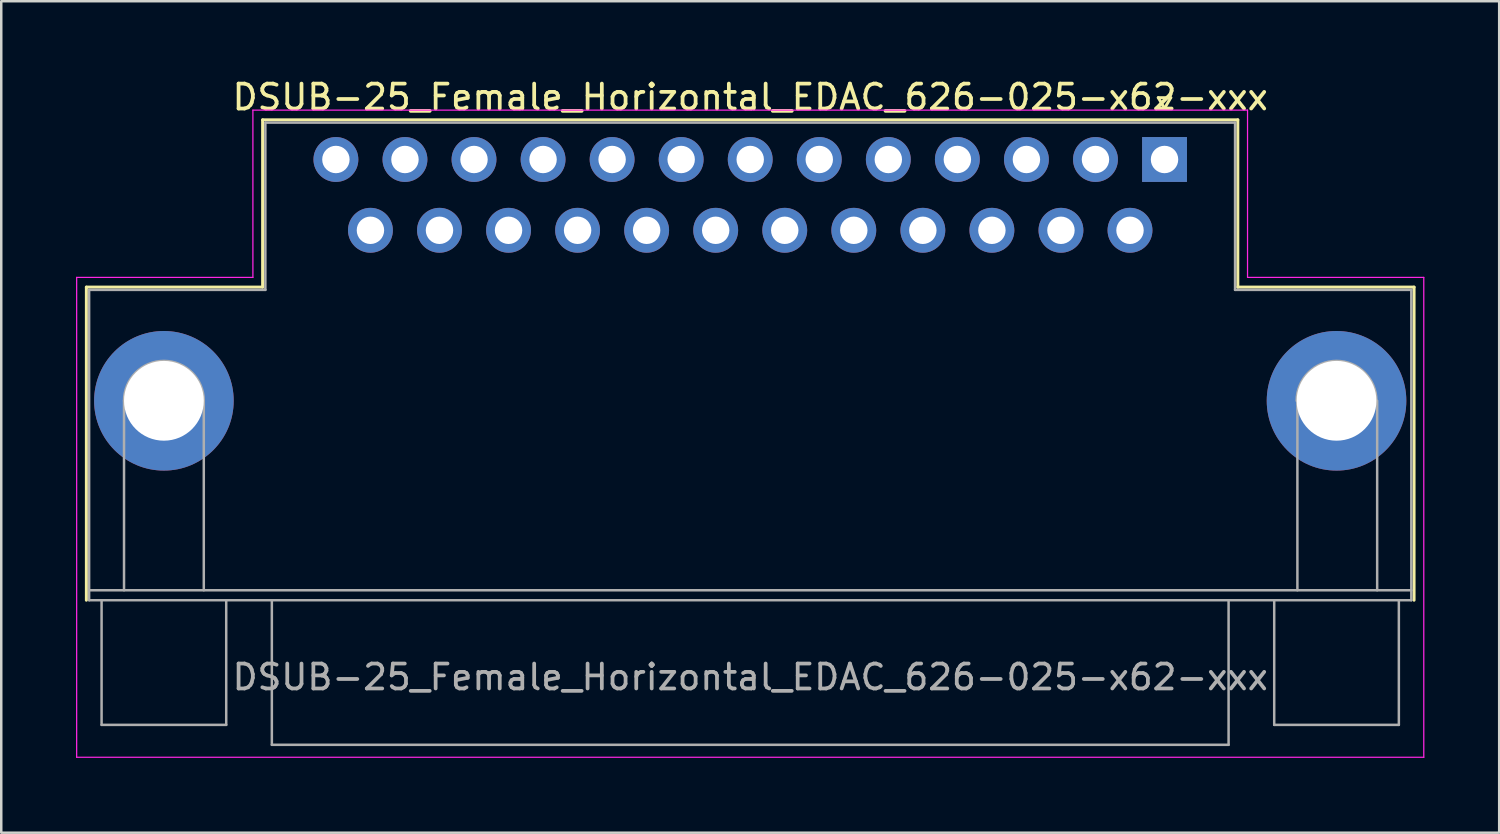
<source format=kicad_pcb>
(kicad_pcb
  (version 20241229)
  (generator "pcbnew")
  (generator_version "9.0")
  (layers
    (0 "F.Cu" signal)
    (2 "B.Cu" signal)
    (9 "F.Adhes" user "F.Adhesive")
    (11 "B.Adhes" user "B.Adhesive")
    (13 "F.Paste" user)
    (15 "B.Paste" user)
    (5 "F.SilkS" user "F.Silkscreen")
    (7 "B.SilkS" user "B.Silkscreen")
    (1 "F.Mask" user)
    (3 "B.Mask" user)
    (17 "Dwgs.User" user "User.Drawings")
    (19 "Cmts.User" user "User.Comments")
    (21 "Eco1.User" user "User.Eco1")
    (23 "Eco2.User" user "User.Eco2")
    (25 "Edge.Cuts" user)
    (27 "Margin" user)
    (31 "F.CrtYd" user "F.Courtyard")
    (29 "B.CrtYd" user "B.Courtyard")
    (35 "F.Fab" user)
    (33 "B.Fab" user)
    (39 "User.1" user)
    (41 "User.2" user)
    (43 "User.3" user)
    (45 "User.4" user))
  (footprint "DSUB-25_Female_Horizontal_EDAC_626-025-x62-xxx"
    (layer "F.Cu")
    (at 43.665 3.348)
    (property "Reference" "DSUB-25_Female_Horizontal_EDAC_626-025-x62-xxx" (at -16.62 -2.5 0) (layer "F.SilkS") (effects (font (size 1 1) (thickness 0.15))))
    (attr through_hole)
    (fp_line (start -43.25 5.12) (end -36.18 5.12) (stroke (width 0.12) (type solid)) (layer "F.SilkS"))
    (fp_line (start -43.25 17.68) (end -43.25 5.12) (stroke (width 0.12) (type solid)) (layer "F.SilkS"))
    (fp_line (start -36.18 -1.59) (end 2.94 -1.59) (stroke (width 0.12) (type solid)) (layer "F.SilkS"))
    (fp_line (start -36.18 5.12) (end -36.18 -1.59) (stroke (width 0.12) (type solid)) (layer "F.SilkS"))
    (fp_line (start -0.25 -2.48) (end 0.25 -2.48) (stroke (width 0.12) (type solid)) (layer "F.SilkS"))
    (fp_line (start 0 -2.05) (end -0.25 -2.48) (stroke (width 0.12) (type solid)) (layer "F.SilkS"))
    (fp_line (start 0.25 -2.48) (end 0 -2.05) (stroke (width 0.12) (type solid)) (layer "F.SilkS"))
    (fp_line (start 2.94 5.12) (end 2.94 -1.59) (stroke (width 0.12) (type solid)) (layer "F.SilkS"))
    (fp_line (start 2.94 5.12) (end 10.01 5.12) (stroke (width 0.12) (type solid)) (layer "F.SilkS"))
    (fp_line (start 10.01 5.12) (end 10.01 17.68) (stroke (width 0.12) (type solid)) (layer "F.SilkS"))
    (fp_line (start -43.64 4.73) (end -43.64 23.98) (stroke (width 0.05) (type solid)) (layer "F.CrtYd"))
    (fp_line (start -43.64 23.98) (end 10.4 23.98) (stroke (width 0.05) (type solid)) (layer "F.CrtYd"))
    (fp_line (start -36.57 4.73) (end -43.64 4.73) (stroke (width 0.05) (type solid)) (layer "F.CrtYd"))
    (fp_line (start -36.57 4.73) (end -36.57 -1.98) (stroke (width 0.05) (type solid)) (layer "F.CrtYd"))
    (fp_line (start 3.33 -1.98) (end -36.57 -1.98) (stroke (width 0.05) (type solid)) (layer "F.CrtYd"))
    (fp_line (start 3.33 -1.98) (end 3.33 4.73) (stroke (width 0.05) (type solid)) (layer "F.CrtYd"))
    (fp_line (start 10.4 4.73) (end 3.33 4.73) (stroke (width 0.05) (type solid)) (layer "F.CrtYd"))
    (fp_line (start 10.4 23.98) (end 10.4 4.73) (stroke (width 0.05) (type solid)) (layer "F.CrtYd"))
    (fp_line (start -43.14 5.23) (end -43.14 17.68) (stroke (width 0.1) (type solid)) (layer "F.Fab"))
    (fp_line (start -43.14 17.68) (end 9.9 17.68) (stroke (width 0.1) (type solid)) (layer "F.Fab"))
    (fp_line (start -42.64 17.68) (end -42.64 22.68) (stroke (width 0.1) (type solid)) (layer "F.Fab"))
    (fp_line (start -42.64 22.68) (end -37.64 22.68) (stroke (width 0.1) (type solid)) (layer "F.Fab"))
    (fp_line (start -41.74 17.28) (end -41.74 9.68) (stroke (width 0.1) (type solid)) (layer "F.Fab"))
    (fp_line (start -38.54 17.28) (end -38.54 9.68) (stroke (width 0.1) (type solid)) (layer "F.Fab"))
    (fp_line (start -37.64 22.68) (end -37.64 17.68) (stroke (width 0.1) (type solid)) (layer "F.Fab"))
    (fp_line (start -36.07 5.23) (end -43.14 5.23) (stroke (width 0.1) (type solid)) (layer "F.Fab"))
    (fp_line (start -36.07 5.23) (end -36.07 -1.48) (stroke (width 0.1) (type solid)) (layer "F.Fab"))
    (fp_line (start -35.81 17.68) (end -35.81 23.48) (stroke (width 0.1) (type solid)) (layer "F.Fab"))
    (fp_line (start -35.81 23.48) (end 2.57 23.48) (stroke (width 0.1) (type solid)) (layer "F.Fab"))
    (fp_line (start 2.57 23.48) (end 2.57 17.68) (stroke (width 0.1) (type solid)) (layer "F.Fab"))
    (fp_line (start 2.83 -1.48) (end -36.07 -1.48) (stroke (width 0.1) (type solid)) (layer "F.Fab"))
    (fp_line (start 2.83 -1.48) (end 2.83 5.23) (stroke (width 0.1) (type solid)) (layer "F.Fab"))
    (fp_line (start 4.4 17.68) (end 4.4 22.68) (stroke (width 0.1) (type solid)) (layer "F.Fab"))
    (fp_line (start 4.4 22.68) (end 9.4 22.68) (stroke (width 0.1) (type solid)) (layer "F.Fab"))
    (fp_line (start 5.33 17.28) (end 5.33 9.68) (stroke (width 0.1) (type solid)) (layer "F.Fab"))
    (fp_line (start 8.53 17.28) (end 8.53 9.68) (stroke (width 0.1) (type solid)) (layer "F.Fab"))
    (fp_line (start 9.4 22.68) (end 9.4 17.68) (stroke (width 0.1) (type solid)) (layer "F.Fab"))
    (fp_line (start 9.9 5.23) (end 2.83 5.23) (stroke (width 0.1) (type solid)) (layer "F.Fab"))
    (fp_line (start 9.9 17.28) (end -43.14 17.28) (stroke (width 0.1) (type solid)) (layer "F.Fab"))
    (fp_line (start 9.9 17.68) (end 9.9 5.23) (stroke (width 0.1) (type solid)) (layer "F.Fab"))
    (fp_arc (start -41.74 9.68) (mid -40.14 8.08) (end -38.54 9.68) (stroke (width 0.1) (type solid)) (layer "F.Fab"))
    (fp_arc (start 5.3 9.68) (mid 6.9 8.08) (end 8.5 9.68) (stroke (width 0.1) (type solid)) (layer "F.Fab"))
    (fp_text user "${REFERENCE}" (at -16.62 20.765 0) (layer "F.Fab") (effects (font (size 1 1) (thickness 0.15))))
    (pad "0" thru_hole circle (at -40.14 9.68) (size 5.6 5.6) (drill 3.2) (layers "*.Cu" "*.Mask"))
    (pad "0" thru_hole circle (at 6.9 9.68) (size 5.6 5.6) (drill 3.2) (layers "*.Cu" "*.Mask"))
    (pad "1" thru_hole rect (at 0 0) (size 1.8 1.8) (drill 1.1) (layers "*.Cu" "*.Mask"))
    (pad "2" thru_hole circle (at -2.77 0) (size 1.8 1.8) (drill 1.1) (layers "*.Cu" "*.Mask"))
    (pad "3" thru_hole circle (at -5.54 0) (size 1.8 1.8) (drill 1.1) (layers "*.Cu" "*.Mask"))
    (pad "4" thru_hole circle (at -8.31 0) (size 1.8 1.8) (drill 1.1) (layers "*.Cu" "*.Mask"))
    (pad "5" thru_hole circle (at -11.08 0) (size 1.8 1.8) (drill 1.1) (layers "*.Cu" "*.Mask"))
    (pad "6" thru_hole circle (at -13.85 0) (size 1.8 1.8) (drill 1.1) (layers "*.Cu" "*.Mask"))
    (pad "7" thru_hole circle (at -16.62 0) (size 1.8 1.8) (drill 1.1) (layers "*.Cu" "*.Mask"))
    (pad "8" thru_hole circle (at -19.39 0) (size 1.8 1.8) (drill 1.1) (layers "*.Cu" "*.Mask"))
    (pad "9" thru_hole circle (at -22.16 0) (size 1.8 1.8) (drill 1.1) (layers "*.Cu" "*.Mask"))
    (pad "10" thru_hole circle (at -24.93 0) (size 1.8 1.8) (drill 1.1) (layers "*.Cu" "*.Mask"))
    (pad "11" thru_hole circle (at -27.7 0) (size 1.8 1.8) (drill 1.1) (layers "*.Cu" "*.Mask"))
    (pad "12" thru_hole circle (at -30.47 0) (size 1.8 1.8) (drill 1.1) (layers "*.Cu" "*.Mask"))
    (pad "13" thru_hole circle (at -33.24 0) (size 1.8 1.8) (drill 1.1) (layers "*.Cu" "*.Mask"))
    (pad "14" thru_hole circle (at -1.385 2.84) (size 1.8 1.8) (drill 1.1) (layers "*.Cu" "*.Mask"))
    (pad "15" thru_hole circle (at -4.155 2.84) (size 1.8 1.8) (drill 1.1) (layers "*.Cu" "*.Mask"))
    (pad "16" thru_hole circle (at -6.925 2.84) (size 1.8 1.8) (drill 1.1) (layers "*.Cu" "*.Mask"))
    (pad "17" thru_hole circle (at -9.695 2.84) (size 1.8 1.8) (drill 1.1) (layers "*.Cu" "*.Mask"))
    (pad "18" thru_hole circle (at -12.465 2.84) (size 1.8 1.8) (drill 1.1) (layers "*.Cu" "*.Mask"))
    (pad "19" thru_hole circle (at -15.235 2.84) (size 1.8 1.8) (drill 1.1) (layers "*.Cu" "*.Mask"))
    (pad "20" thru_hole circle (at -18.005 2.84) (size 1.8 1.8) (drill 1.1) (layers "*.Cu" "*.Mask"))
    (pad "21" thru_hole circle (at -20.775 2.84) (size 1.8 1.8) (drill 1.1) (layers "*.Cu" "*.Mask"))
    (pad "22" thru_hole circle (at -23.545 2.84) (size 1.8 1.8) (drill 1.1) (layers "*.Cu" "*.Mask"))
    (pad "23" thru_hole circle (at -26.315 2.84) (size 1.8 1.8) (drill 1.1) (layers "*.Cu" "*.Mask"))
    (pad "24" thru_hole circle (at -29.085 2.84) (size 1.8 1.8) (drill 1.1) (layers "*.Cu" "*.Mask"))
    (pad "25" thru_hole circle (at -31.855 2.84) (size 1.8 1.8) (drill 1.1) (layers "*.Cu" "*.Mask")))
  (gr_rect
    (start -3 -3)
    (end 57.09 30.353)
    (stroke (width 0.1) (type default))
    (fill no)
    (layer "Edge.Cuts")))
</source>
